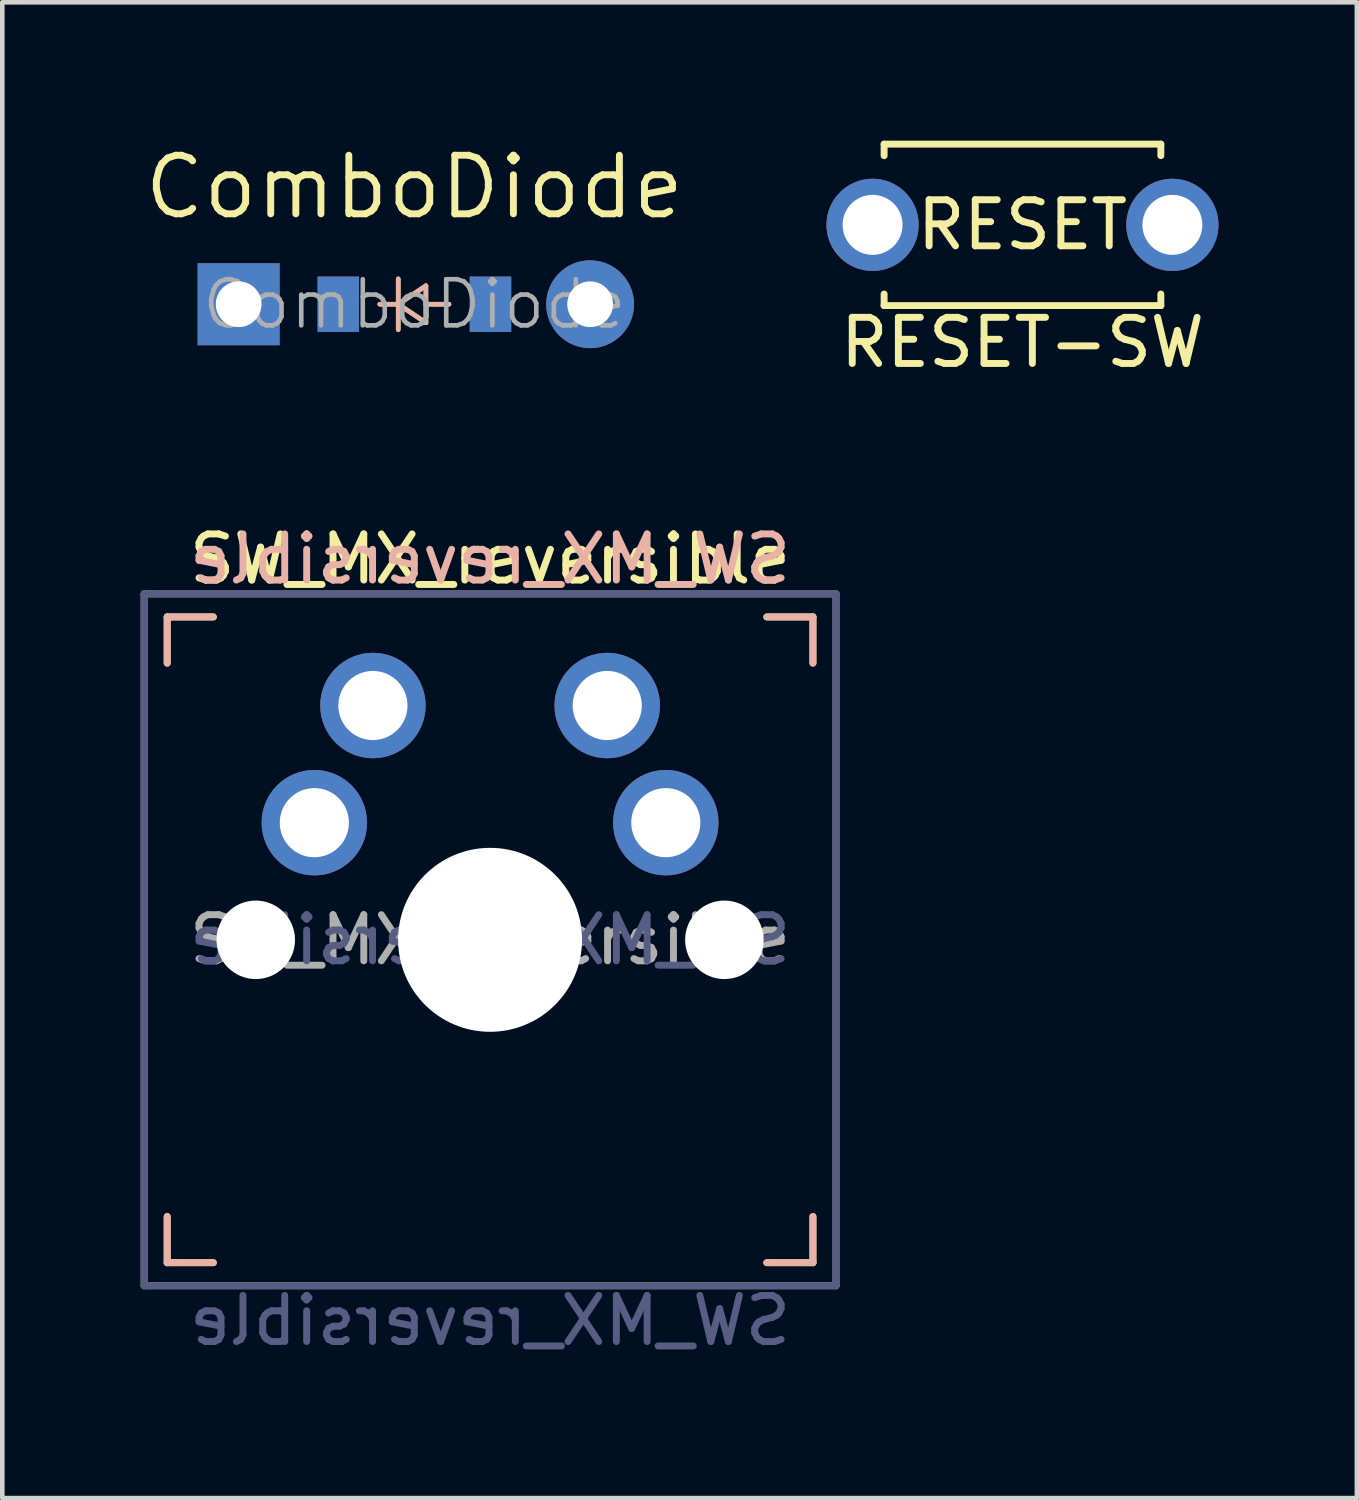
<source format=kicad_pcb>
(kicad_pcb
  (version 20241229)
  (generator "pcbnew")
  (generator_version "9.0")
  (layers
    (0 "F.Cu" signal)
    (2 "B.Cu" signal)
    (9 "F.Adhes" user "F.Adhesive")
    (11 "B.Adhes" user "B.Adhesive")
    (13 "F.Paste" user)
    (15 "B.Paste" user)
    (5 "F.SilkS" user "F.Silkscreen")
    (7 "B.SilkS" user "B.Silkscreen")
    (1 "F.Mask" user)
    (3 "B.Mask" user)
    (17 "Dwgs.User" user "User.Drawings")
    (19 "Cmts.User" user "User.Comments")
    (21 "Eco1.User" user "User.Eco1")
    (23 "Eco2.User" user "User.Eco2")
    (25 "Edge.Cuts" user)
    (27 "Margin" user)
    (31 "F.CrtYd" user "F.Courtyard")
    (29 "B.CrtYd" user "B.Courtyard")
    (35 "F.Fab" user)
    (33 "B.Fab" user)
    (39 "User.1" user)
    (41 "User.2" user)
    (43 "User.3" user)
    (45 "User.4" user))
  (footprint "RESET-SW"
    (layer "F.Cu")
    (at 19.118 1.825)
    (property "Reference" "RESET-SW" (at 0 2.55 180) (layer "F.SilkS") (effects (font (size 1 1) (thickness 0.15))))
    (attr through_hole)
    (fp_line (start -3 -1.75) (end -3 -1.5) (stroke (width 0.15) (type solid)) (layer "F.SilkS"))
    (fp_line (start -3 -1.75) (end 3 -1.75) (stroke (width 0.15) (type solid)) (layer "F.SilkS"))
    (fp_line (start -3 1.75) (end -3 1.5) (stroke (width 0.15) (type solid)) (layer "F.SilkS"))
    (fp_line (start -3 1.75) (end 3 1.75) (stroke (width 0.15) (type solid)) (layer "F.SilkS"))
    (fp_line (start 3 -1.75) (end 3 -1.5) (stroke (width 0.15) (type solid)) (layer "F.SilkS"))
    (fp_line (start 3 1.75) (end 3 1.5) (stroke (width 0.15) (type solid)) (layer "F.SilkS"))
    (fp_text user "RESET" (at 0 0 180) (layer "F.SilkS") (effects (font (size 1 1) (thickness 0.15))))
    (pad "1" thru_hole circle (at 3.25 0) (size 2 2) (drill 1.3) (layers "*.Cu" "*.Mask"))
    (pad "2" thru_hole circle (at -3.25 0) (size 2 2) (drill 1.3) (layers "*.Cu" "*.Mask")))
  (footprint "ComboDiode"
    (layer "F.Cu")
    (at 5.934 3.546)
    (property "Reference" "ComboDiode" (at 0 -2.54 0) (layer "F.SilkS") (effects (font (size 1.27 1.27) (thickness 0.15))))
    (attr through_hole)
    (fp_line (start -0.75 0) (end -0.35 0) (stroke (width 0.1) (type solid)) (layer "F.SilkS"))
    (fp_line (start -0.35 0) (end -0.35 -0.55) (stroke (width 0.1) (type solid)) (layer "F.SilkS"))
    (fp_line (start -0.35 0) (end -0.35 0.55) (stroke (width 0.1) (type solid)) (layer "F.SilkS"))
    (fp_line (start -0.35 0) (end 0.25 -0.4) (stroke (width 0.1) (type solid)) (layer "F.SilkS"))
    (fp_line (start 0.25 -0.4) (end 0.25 0.4) (stroke (width 0.1) (type solid)) (layer "F.SilkS"))
    (fp_line (start 0.25 0) (end 0.75 0) (stroke (width 0.1) (type solid)) (layer "F.SilkS"))
    (fp_line (start 0.25 0.4) (end -0.35 0) (stroke (width 0.1) (type solid)) (layer "F.SilkS"))
    (fp_line (start -0.75 0) (end -0.35 0) (stroke (width 0.1) (type solid)) (layer "B.SilkS"))
    (fp_line (start -0.35 0) (end -0.35 -0.55) (stroke (width 0.1) (type solid)) (layer "B.SilkS"))
    (fp_line (start -0.35 0) (end -0.35 0.55) (stroke (width 0.1) (type solid)) (layer "B.SilkS"))
    (fp_line (start -0.35 0) (end 0.25 -0.4) (stroke (width 0.1) (type solid)) (layer "B.SilkS"))
    (fp_line (start 0.25 -0.4) (end 0.25 0.4) (stroke (width 0.1) (type solid)) (layer "B.SilkS"))
    (fp_line (start 0.25 0) (end 0.75 0) (stroke (width 0.1) (type solid)) (layer "B.SilkS"))
    (fp_line (start 0.25 0.4) (end -0.35 0) (stroke (width 0.1) (type solid)) (layer "B.SilkS"))
    (fp_text user "${REFERENCE}" (at 0 0 0) (layer "F.Fab") (effects (font (size 1 1) (thickness 0.1))))
    (pad "1" thru_hole rect (at -3.81 0) (size 1.778 1.778) (drill 0.991) (layers "*.Cu" "*.Mask"))
    (pad "1" smd rect (at -1.65 0) (size 0.9 1.2) (layers "F.Cu" "F.Mask" "F.Paste"))
    (pad "1" smd rect (at -1.65 0) (size 0.9 1.2) (layers "B.Cu" "B.Mask" "B.Paste"))
    (pad "2" smd rect (at 1.65 0) (size 0.9 1.2) (layers "F.Cu" "F.Mask" "F.Paste"))
    (pad "2" smd rect (at 1.65 0) (size 0.9 1.2) (layers "B.Cu" "B.Mask" "B.Paste"))
    (pad "2" thru_hole circle (at 3.81 0) (size 1.905 1.905) (drill 0.991) (layers "*.Cu" "*.Mask")))
  (footprint "SW_MX_reversible"
    (layer "F.Cu")
    (at 7.575 17.326)
    (property "Reference" "SW_MX_reversible" (at 0 -8.255 0) (layer "F.SilkS") (effects (font (size 1 1) (thickness 0.15))))
    (property "Value" "SW_MX_reversible" (at 0 8.255 0) (layer "F.Fab") (hide yes) (effects (font (size 1 1) (thickness 0.15))))
    (attr through_hole)
    (fp_line (start -7 -7) (end -6 -7) (stroke (width 0.15) (type solid)) (layer "F.SilkS"))
    (fp_line (start -7 -6) (end -7 -7) (stroke (width 0.15) (type solid)) (layer "F.SilkS"))
    (fp_line (start -7 7) (end -7 6) (stroke (width 0.15) (type solid)) (layer "F.SilkS"))
    (fp_line (start -6 7) (end -7 7) (stroke (width 0.15) (type solid)) (layer "F.SilkS"))
    (fp_line (start 6 -7) (end 7 -7) (stroke (width 0.15) (type solid)) (layer "F.SilkS"))
    (fp_line (start 7 -7) (end 7 -6) (stroke (width 0.15) (type solid)) (layer "F.SilkS"))
    (fp_line (start 7 6) (end 7 7) (stroke (width 0.15) (type solid)) (layer "F.SilkS"))
    (fp_line (start 7 7) (end 6 7) (stroke (width 0.15) (type solid)) (layer "F.SilkS"))
    (fp_line (start -7 -7) (end -6 -7) (stroke (width 0.15) (type solid)) (layer "B.SilkS"))
    (fp_line (start -7 -6) (end -7 -7) (stroke (width 0.15) (type solid)) (layer "B.SilkS"))
    (fp_line (start -7 7) (end -7 6) (stroke (width 0.15) (type solid)) (layer "B.SilkS"))
    (fp_line (start -6 7) (end -7 7) (stroke (width 0.15) (type solid)) (layer "B.SilkS"))
    (fp_line (start 6 -7) (end 7 -7) (stroke (width 0.15) (type solid)) (layer "B.SilkS"))
    (fp_line (start 7 -7) (end 7 -6) (stroke (width 0.15) (type solid)) (layer "B.SilkS"))
    (fp_line (start 7 6) (end 7 7) (stroke (width 0.15) (type solid)) (layer "B.SilkS"))
    (fp_line (start 7 7) (end 6 7) (stroke (width 0.15) (type solid)) (layer "B.SilkS"))
    (fp_line (start -6.9 6.9) (end -6.9 -6.9) (stroke (width 0.15) (type solid)) (layer "Eco2.User"))
    (fp_line (start -6.9 6.9) (end 6.9 6.9) (stroke (width 0.15) (type solid)) (layer "Eco2.User"))
    (fp_line (start 6.9 -6.9) (end -6.9 -6.9) (stroke (width 0.15) (type solid)) (layer "Eco2.User"))
    (fp_line (start 6.9 -6.9) (end 6.9 6.9) (stroke (width 0.15) (type solid)) (layer "Eco2.User"))
    (fp_line (start -7.5 -7.5) (end 7.5 -7.5) (stroke (width 0.15) (type solid)) (layer "B.Fab"))
    (fp_line (start -7.5 7.5) (end -7.5 -7.5) (stroke (width 0.15) (type solid)) (layer "B.Fab"))
    (fp_line (start 7.5 -7.5) (end 7.5 7.5) (stroke (width 0.15) (type solid)) (layer "B.Fab"))
    (fp_line (start 7.5 7.5) (end -7.5 7.5) (stroke (width 0.15) (type solid)) (layer "B.Fab"))
    (fp_line (start -7.5 -7.5) (end 7.5 -7.5) (stroke (width 0.15) (type solid)) (layer "F.Fab"))
    (fp_line (start -7.5 7.5) (end -7.5 -7.5) (stroke (width 0.15) (type solid)) (layer "F.Fab"))
    (fp_line (start 7.5 -7.5) (end 7.5 7.5) (stroke (width 0.15) (type solid)) (layer "F.Fab"))
    (fp_line (start 7.5 7.5) (end -7.5 7.5) (stroke (width 0.15) (type solid)) (layer "F.Fab"))
    (fp_text user "${REFERENCE}" (at 0 -8.255 0) (layer "B.SilkS") (effects (font (size 1 1) (thickness 0.15)) (justify mirror)))
    (fp_text user "${REFERENCE}" (at 0 0 0) (layer "B.Fab") (effects (font (size 1 1) (thickness 0.15)) (justify mirror)))
    (fp_text user "${VALUE}" (at 0 8.255 0) (layer "B.Fab") (effects (font (size 1 1) (thickness 0.15)) (justify mirror)))
    (fp_text user "${REFERENCE}" (at 0 0 0) (layer "F.Fab") (effects (font (size 1 1) (thickness 0.15))))
    (pad "" np_thru_hole circle (at -5.08 0) (size 1.702 1.702) (drill 1.702) (layers "*.Cu" "*.Mask"))
    (pad "" np_thru_hole circle (at 0 0) (size 3.988 3.988) (drill 3.988) (layers "*.Cu" "*.Mask"))
    (pad "" np_thru_hole circle (at 5.08 0) (size 1.702 1.702) (drill 1.702) (layers "*.Cu" "*.Mask"))
    (pad "1" thru_hole circle (at -3.81 -2.54) (size 2.286 2.286) (drill 1.499) (layers "*.Cu" "*.Mask"))
    (pad "1" thru_hole circle (at -2.54 -5.08) (size 2.286 2.286) (drill 1.499) (layers "*.Cu" "*.Mask"))
    (pad "2" thru_hole circle (at 2.54 -5.08) (size 2.286 2.286) (drill 1.499) (layers "*.Cu" "*.Mask"))
    (pad "2" thru_hole circle (at 3.81 -2.54) (size 2.286 2.286) (drill 1.499) (layers "*.Cu" "*.Mask")))
  (gr_rect
    (start -3 -3)
    (end 26.368 29.43)
    (stroke (width 0.1) (type default))
    (fill no)
    (layer "Edge.Cuts")))
</source>
